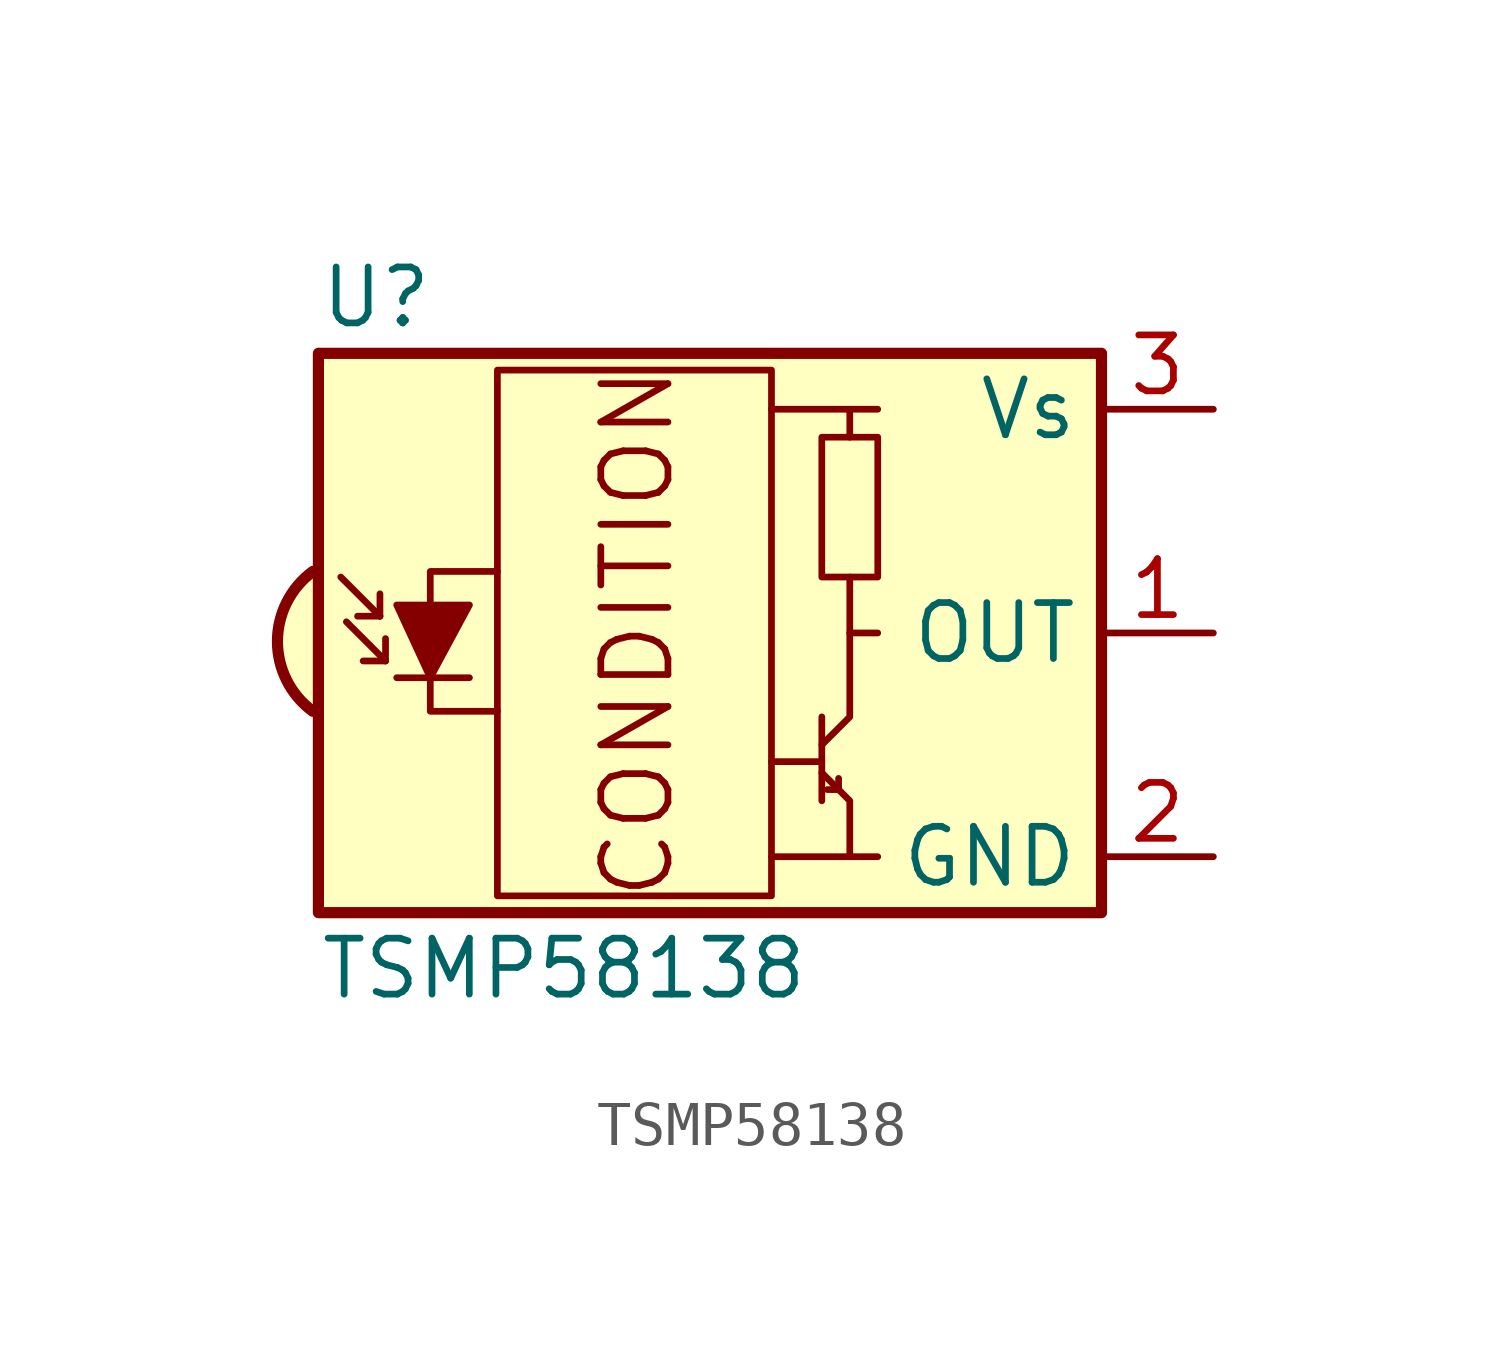
<source format=kicad_sym>
(kicad_symbol_lib
  (version 20211014)
  (generator kicad_symbol_editor)
  (symbol "TSMP58138"
    (property "Reference" "U"
      (at -10.16 7.62 0)
      (effects (font (size 1.27 1.27)) (justify left)))
    (property "Value" "TSMP58138"
      (at -10.16 -7.62 0)
      (effects (font (size 1.27 1.27)) (justify left)))
    (symbol "TSMP58138_0_0"
      (arc (start -10.287 1.397) (mid -11.0899 -0.1905) (end -10.287 -1.778) (stroke (width 0.254) (type default) (color 0 0 0 0)) (fill (type background)))
      (polyline (pts (xy 1.905 -5.08) (xy 0.127 -5.08)) (stroke (width 0) (type default) (color 0 0 0 0)) (fill (type none)))
      (polyline (pts (xy 1.905 5.08) (xy 0.127 5.08)) (stroke (width 0) (type default) (color 0 0 0 0)) (fill (type none)))
      (text "CONDITION" (at -2.921 0 900) (effects (font (size 1.524 1.524)))))
    (symbol "TSMP58138_0_1"
      (rectangle (start -6.096 5.969) (end 0.127 -5.969) (stroke (width 0) (type default) (color 0 0 0 0)) (fill (type none)))
      (polyline (pts (xy -8.763 0.381) (xy -9.652 1.27)) (stroke (width 0) (type default) (color 0 0 0 0)) (fill (type none)))
      (polyline (pts (xy -8.763 0.381) (xy -9.271 0.381)) (stroke (width 0) (type default) (color 0 0 0 0)) (fill (type none)))
      (polyline (pts (xy -8.763 0.381) (xy -8.763 0.889)) (stroke (width 0) (type default) (color 0 0 0 0)) (fill (type none)))
      (polyline (pts (xy -8.636 -0.635) (xy -9.525 0.254)) (stroke (width 0) (type default) (color 0 0 0 0)) (fill (type none)))
      (polyline (pts (xy -8.636 -0.635) (xy -9.144 -0.635)) (stroke (width 0) (type default) (color 0 0 0 0)) (fill (type none)))
      (polyline (pts (xy -8.636 -0.635) (xy -8.636 -0.127)) (stroke (width 0) (type default) (color 0 0 0 0)) (fill (type none)))
      (polyline (pts (xy -8.382 -1.016) (xy -6.731 -1.016)) (stroke (width 0) (type default) (color 0 0 0 0)) (fill (type none)))
      (polyline (pts (xy 1.27 -2.921) (xy 0.127 -2.921)) (stroke (width 0) (type default) (color 0 0 0 0)) (fill (type none)))
      (polyline (pts (xy 1.27 -1.905) (xy 1.27 -3.81)) (stroke (width 0) (type default) (color 0 0 0 0)) (fill (type none)))
      (polyline (pts (xy 1.397 -3.556) (xy 1.524 -3.556)) (stroke (width 0) (type default) (color 0 0 0 0)) (fill (type none)))
      (polyline (pts (xy 1.651 -3.556) (xy 1.524 -3.556)) (stroke (width 0) (type default) (color 0 0 0 0)) (fill (type none)))
      (polyline (pts (xy 1.651 -3.556) (xy 1.651 -3.302)) (stroke (width 0) (type default) (color 0 0 0 0)) (fill (type none)))
      (polyline (pts (xy 1.905 0) (xy 1.905 1.27)) (stroke (width 0) (type default) (color 0 0 0 0)) (fill (type none)))
      (polyline (pts (xy 1.905 4.445) (xy 1.905 5.08) (xy 2.54 5.08)) (stroke (width 0) (type default) (color 0 0 0 0)) (fill (type none)))
      (polyline (pts (xy -8.382 0.635) (xy -6.731 0.635) (xy -7.62 -1.016) (xy -8.382 0.635)) (stroke (width 0) (type default) (color 0 0 0 0)) (fill (type outline)))
      (polyline (pts (xy -6.096 1.397) (xy -7.62 1.397) (xy -7.62 -1.778) (xy -6.096 -1.778)) (stroke (width 0) (type default) (color 0 0 0 0)) (fill (type none)))
      (polyline (pts (xy 1.27 -3.175) (xy 1.905 -3.81) (xy 1.905 -5.08) (xy 2.54 -5.08)) (stroke (width 0) (type default) (color 0 0 0 0)) (fill (type none)))
      (polyline (pts (xy 1.27 -2.54) (xy 1.905 -1.905) (xy 1.905 0) (xy 2.54 0)) (stroke (width 0) (type default) (color 0 0 0 0)) (fill (type none)))
      (rectangle (start 2.54 1.27) (end 1.27 4.445) (stroke (width 0) (type default) (color 0 0 0 0)) (fill (type none)))
      (rectangle (start 7.62 6.35) (end -10.16 -6.35) (stroke (width 0.254) (type default) (color 0 0 0 0)) (fill (type background))))
    (symbol "TSMP58138_1_1"
      (pin output line (at 10.16 0 180) (length 2.54) (name "OUT" (effects (font (size 1.27 1.27)))) (number "1" (effects (font (size 1.27 1.27)))))
      (pin power_in line (at 10.16 -5.08 180) (length 2.54) (name "GND" (effects (font (size 1.27 1.27)))) (number "2" (effects (font (size 1.27 1.27)))))
      (pin power_in line (at 10.16 5.08 180) (length 2.54) (name "Vs" (effects (font (size 1.27 1.27)))) (number "3" (effects (font (size 1.27 1.27))))))))
</source>
